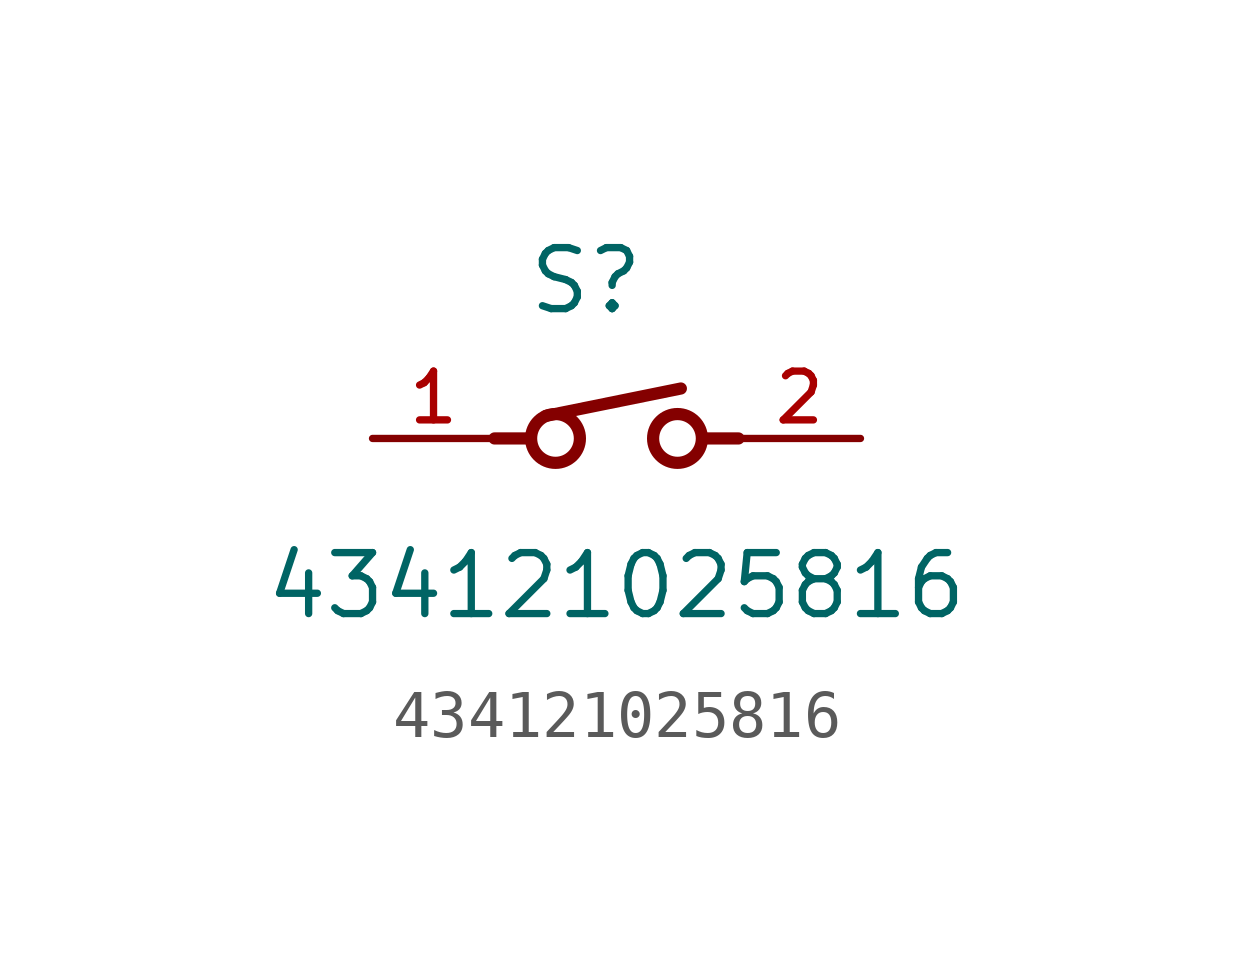
<source format=kicad_sym>
(kicad_symbol_lib
  (version 20211014)
  (generator kicad_symbol_editor)
  (symbol "434121025816"
    (pin_names
      (offset 1.016))
    (property "Reference" "S"
      (at -0.635 2.54 0)
      (effects (font (size 1.27 1.27)) (justify bottom)))
    (property "Value" "434121025816"
      (at 0.0 -3.81 0)
      (effects (font (size 1.27 1.27)) (justify bottom)))
    (symbol "434121025816_0_0"
      (circle (center -1.27 0.0) (radius 0.508) (stroke (width 0.254)) (fill (type none)))
      (circle (center 1.27 0.0) (radius 0.508) (stroke (width 0.254)) (fill (type none)))
      (polyline (pts (xy -1.47 0.47) (xy 1.34 1.04)) (stroke (width 0.254)))
      (polyline (pts (xy -2.54 0.0) (xy -1.805 0.0)) (stroke (width 0.254)))
      (polyline (pts (xy 1.805 0.0) (xy 2.54 0.0)) (stroke (width 0.254)))
      (pin passive line (at -5.08 0.0 0) (length 2.54) (name "~" (effects (font (size 1.016 1.016)))) (number "1" (effects (font (size 1.016 1.016)))))
      (pin passive line (at 5.08 0.0 180.0) (length 2.54) (name "~" (effects (font (size 1.016 1.016)))) (number "2" (effects (font (size 1.016 1.016))))))))
</source>
